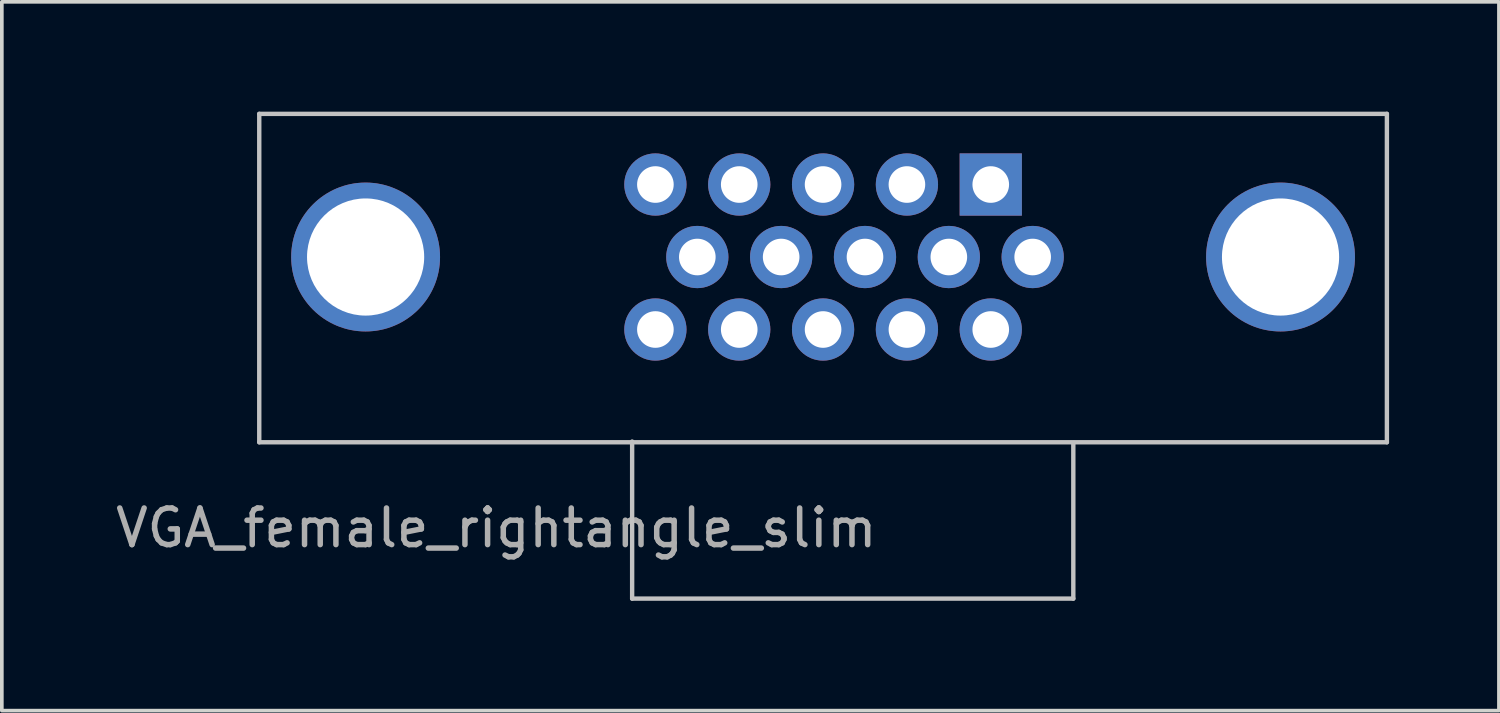
<source format=kicad_pcb>
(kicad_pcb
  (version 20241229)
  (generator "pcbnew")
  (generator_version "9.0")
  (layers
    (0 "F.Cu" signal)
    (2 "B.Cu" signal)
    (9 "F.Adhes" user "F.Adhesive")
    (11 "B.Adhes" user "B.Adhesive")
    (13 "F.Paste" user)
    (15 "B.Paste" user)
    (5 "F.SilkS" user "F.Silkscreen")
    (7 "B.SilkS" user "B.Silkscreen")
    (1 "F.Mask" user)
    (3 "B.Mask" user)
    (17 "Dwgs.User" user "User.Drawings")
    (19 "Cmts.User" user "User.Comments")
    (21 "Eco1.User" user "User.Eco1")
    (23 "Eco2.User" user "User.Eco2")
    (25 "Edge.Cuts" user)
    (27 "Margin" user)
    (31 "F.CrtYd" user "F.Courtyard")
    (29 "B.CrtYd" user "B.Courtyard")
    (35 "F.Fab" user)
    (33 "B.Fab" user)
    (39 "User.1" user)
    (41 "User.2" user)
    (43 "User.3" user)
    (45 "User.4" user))
  (footprint "VGA_female_rightangle_slim"
    (layer "F.Cu")
    (at 6.936 3.97)
    (property "Reference" "VGA_female_rightangle_slim" (at 3.57 7.4 0) (layer "F.Fab") (effects (font (size 1 1) (thickness 0.15))))
    (attr through_hole)
    (fp_line (start -2.905 -3.91) (end -2.905 5.06) (stroke (width 0.12) (type solid)) (layer "Dwgs.User"))
    (fp_line (start -2.905 -3.91) (end 27.895 -3.91) (stroke (width 0.12) (type solid)) (layer "Dwgs.User"))
    (fp_line (start -2.905 5.06) (end 27.895 5.06) (stroke (width 0.12) (type solid)) (layer "Dwgs.User"))
    (fp_line (start 7.28 9.33) (end 7.28 5.04) (stroke (width 0.12) (type solid)) (layer "Dwgs.User"))
    (fp_line (start 19.33 5.08) (end 19.33 9.33) (stroke (width 0.12) (type solid)) (layer "Dwgs.User"))
    (fp_line (start 19.33 9.33) (end 7.28 9.33) (stroke (width 0.12) (type solid)) (layer "Dwgs.User"))
    (fp_line (start 27.895 -3.91) (end 27.895 5.06) (stroke (width 0.12) (type solid)) (layer "Dwgs.User"))
    (pad "1" thru_hole rect (at 17.075 -1.98 180) (size 1.7 1.7) (drill 1) (layers "*.Cu" "*.Mask"))
    (pad "2" thru_hole circle (at 14.785 -1.98 180) (size 1.7 1.7) (drill 1) (layers "*.Cu" "*.Mask"))
    (pad "3" thru_hole circle (at 12.495 -1.98 180) (size 1.7 1.7) (drill 1) (layers "*.Cu" "*.Mask"))
    (pad "4" thru_hole circle (at 10.205 -1.98 180) (size 1.7 1.7) (drill 1) (layers "*.Cu" "*.Mask"))
    (pad "5" thru_hole circle (at 7.915 -1.98 180) (size 1.7 1.7) (drill 1) (layers "*.Cu" "*.Mask"))
    (pad "6" thru_hole circle (at 18.22 0 180) (size 1.7 1.7) (drill 1) (layers "*.Cu" "*.Mask"))
    (pad "7" thru_hole circle (at 15.93 0 180) (size 1.7 1.7) (drill 1) (layers "*.Cu" "*.Mask"))
    (pad "8" thru_hole circle (at 13.64 0 180) (size 1.7 1.7) (drill 1) (layers "*.Cu" "*.Mask"))
    (pad "9" thru_hole circle (at 11.35 0 180) (size 1.7 1.7) (drill 1) (layers "*.Cu" "*.Mask"))
    (pad "10" thru_hole circle (at 9.06 0 180) (size 1.7 1.7) (drill 1) (layers "*.Cu" "*.Mask"))
    (pad "11" thru_hole circle (at 17.075 1.98 180) (size 1.7 1.7) (drill 1) (layers "*.Cu" "*.Mask"))
    (pad "12" thru_hole circle (at 14.785 1.98 180) (size 1.7 1.7) (drill 1) (layers "*.Cu" "*.Mask"))
    (pad "13" thru_hole circle (at 12.495 1.98 180) (size 1.7 1.7) (drill 1) (layers "*.Cu" "*.Mask"))
    (pad "14" thru_hole circle (at 10.205 1.98 180) (size 1.7 1.7) (drill 1) (layers "*.Cu" "*.Mask"))
    (pad "15" thru_hole circle (at 7.915 1.98 180) (size 1.7 1.7) (drill 1) (layers "*.Cu" "*.Mask"))
    (pad "S1" thru_hole circle (at 0 0) (size 4.066 4.066) (drill 3.2) (layers "*.Cu" "*.Mask"))
    (pad "S2" thru_hole circle (at 24.99 0) (size 4.066 4.066) (drill 3.2) (layers "*.Cu" "*.Mask")))
  (gr_rect
    (start -3 -3)
    (end 37.891 16.36)
    (stroke (width 0.1) (type default))
    (fill no)
    (layer "Edge.Cuts")))
</source>
